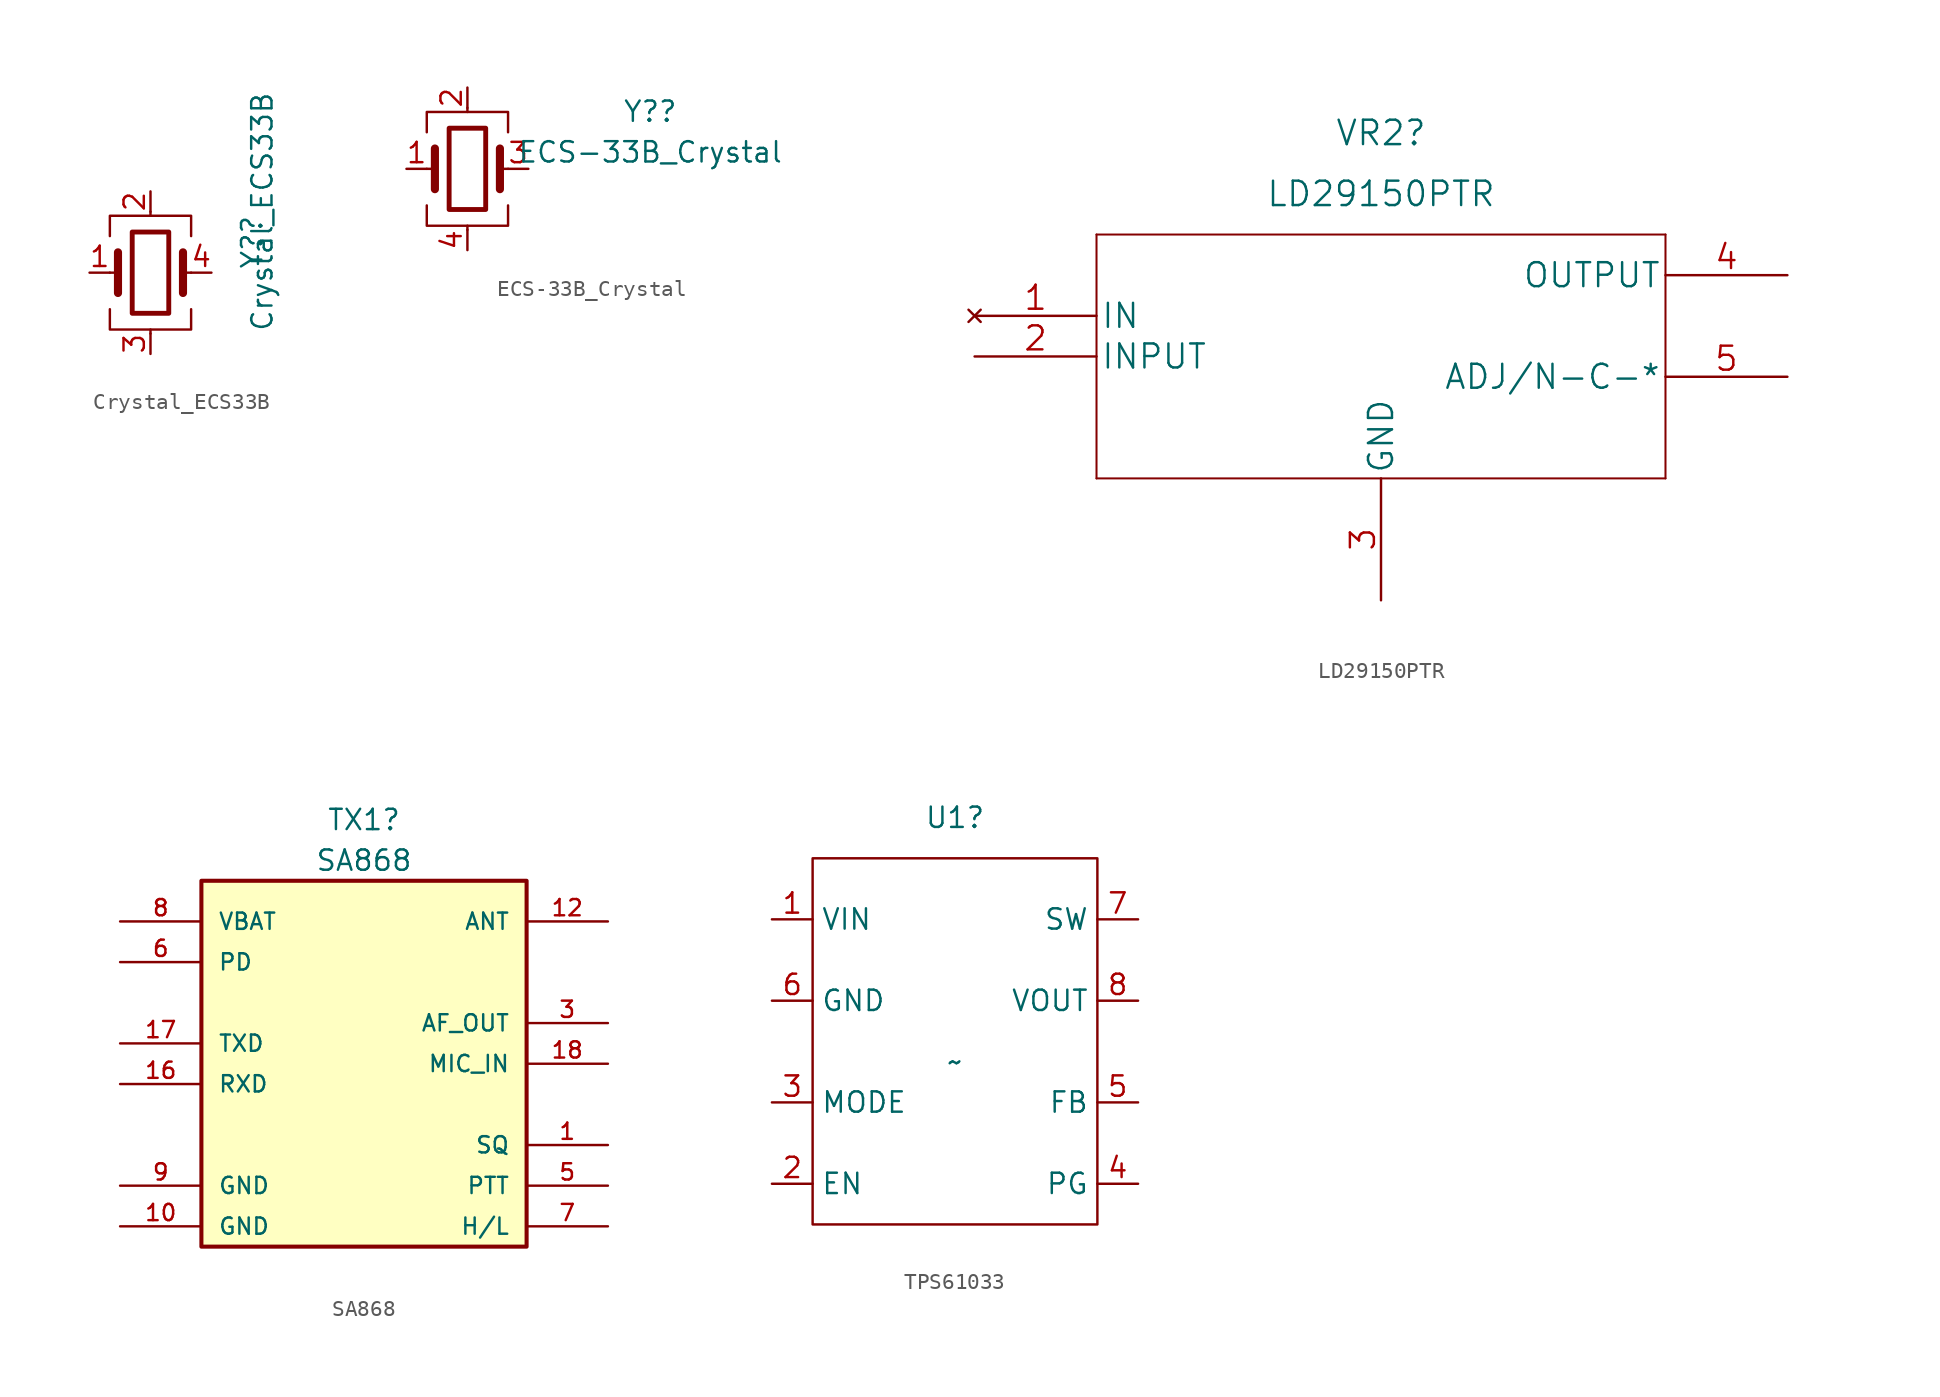
<source format=kicad_sym>
(kicad_symbol_lib
  (version 20220914)
  (generator kicad_symbol_editor)
  (symbol "Crystal_ECS33B"
    (pin_names
      (offset 1.016) hide)
    (property "Reference" "Y?"
      (at 6.35 1.905 90)
      (effects (font (size 1.27 1.27))))
    (property "Value" "Crystal_ECS33B"
      (at 6.985 3.81 90)
      (effects (font (size 1.27 1.27))))
    (symbol "Crystal_ECS33B_0_1"
      (rectangle (start -1.143 2.54) (end 1.143 -2.54) (stroke (width 0.305) (type default)) (fill (type none)))
      (polyline (pts (xy -2.54 0) (xy -2.032 0)) (stroke (width 0) (type default)) (fill (type none)))
      (polyline (pts (xy -2.032 -1.27) (xy -2.032 1.27)) (stroke (width 0.508) (type default)) (fill (type none)))
      (polyline (pts (xy 0 -3.81) (xy 0 -3.556)) (stroke (width 0) (type default)) (fill (type none)))
      (polyline (pts (xy 0 3.556) (xy 0 3.81)) (stroke (width 0) (type default)) (fill (type none)))
      (polyline (pts (xy 2.032 -1.27) (xy 2.032 1.27)) (stroke (width 0.508) (type default)) (fill (type none)))
      (polyline (pts (xy 2.032 0) (xy 2.54 0)) (stroke (width 0) (type default)) (fill (type none)))
      (polyline (pts (xy -2.54 -2.286) (xy -2.54 -3.556) (xy 2.54 -3.556) (xy 2.54 -2.286)) (stroke (width 0) (type default)) (fill (type none)))
      (polyline (pts (xy -2.54 2.286) (xy -2.54 3.556) (xy 2.54 3.556) (xy 2.54 2.286)) (stroke (width 0) (type default)) (fill (type none))))
    (symbol "Crystal_ECS33B_1_1"
      (pin passive line (at -3.81 0 0) (length 1.27) (name "1" (effects (font (size 1.27 1.27)))) (number "1" (effects (font (size 1.27 1.27)))))
      (pin passive line (at 0 5.08 270) (length 1.27) (name "2" (effects (font (size 1.27 1.27)))) (number "2" (effects (font (size 1.27 1.27)))))
      (pin passive line (at 0 -5.08 90) (length 1.27) (name "3" (effects (font (size 1.27 1.27)))) (number "3" (effects (font (size 1.27 1.27)))))
      (pin passive line (at 3.81 0 180) (length 1.27) (name "4" (effects (font (size 1.27 1.27)))) (number "4" (effects (font (size 1.27 1.27)))))))
  (symbol "ECS-33B_Crystal"
    (pin_names
      (offset 1.016) hide)
    (property "Reference" "Y?"
      (at 11.43 3.581 0)
      (effects (font (size 1.27 1.27))))
    (property "Value" "ECS-33B_Crystal"
      (at 11.43 1.041 0)
      (effects (font (size 1.27 1.27))))
    (symbol "ECS-33B_Crystal_0_1"
      (rectangle (start -1.143 2.54) (end 1.143 -2.54) (stroke (width 0.305) (type default)) (fill (type none)))
      (polyline (pts (xy -2.54 0) (xy -2.032 0)) (stroke (width 0) (type default)) (fill (type none)))
      (polyline (pts (xy -2.032 -1.27) (xy -2.032 1.27)) (stroke (width 0.508) (type default)) (fill (type none)))
      (polyline (pts (xy 0 -3.81) (xy 0 -3.556)) (stroke (width 0) (type default)) (fill (type none)))
      (polyline (pts (xy 0 3.556) (xy 0 3.81)) (stroke (width 0) (type default)) (fill (type none)))
      (polyline (pts (xy 2.032 -1.27) (xy 2.032 1.27)) (stroke (width 0.508) (type default)) (fill (type none)))
      (polyline (pts (xy 2.032 0) (xy 2.54 0)) (stroke (width 0) (type default)) (fill (type none)))
      (polyline (pts (xy -2.54 -2.286) (xy -2.54 -3.556) (xy 2.54 -3.556) (xy 2.54 -2.286)) (stroke (width 0) (type default)) (fill (type none)))
      (polyline (pts (xy -2.54 2.286) (xy -2.54 3.556) (xy 2.54 3.556) (xy 2.54 2.286)) (stroke (width 0) (type default)) (fill (type none))))
    (symbol "ECS-33B_Crystal_1_1"
      (pin passive line (at -3.81 0 0) (length 1.27) (name "1" (effects (font (size 1.27 1.27)))) (number "1" (effects (font (size 1.27 1.27)))))
      (pin passive line (at 0 5.08 270) (length 1.27) (name "2" (effects (font (size 1.27 1.27)))) (number "2" (effects (font (size 1.27 1.27)))))
      (pin passive line (at 3.81 0 180) (length 1.27) (name "3" (effects (font (size 1.27 1.27)))) (number "3" (effects (font (size 1.27 1.27)))))
      (pin passive line (at 0 -5.08 90) (length 1.27) (name "4" (effects (font (size 1.27 1.27)))) (number "4" (effects (font (size 1.27 1.27)))))))
  (symbol "LD29150PTR"
    (pin_names
      (offset 0.254))
    (property "Reference" "VR2"
      (at 25.4 11.43 0)
      (effects (font (size 1.524 1.524))))
    (property "Value" "LD29150PTR"
      (at 25.4 7.62 0)
      (effects (font (size 1.524 1.524))))
    (property "Datasheet" ""
      (at 0 0 0)
      (effects (font (size 1.524 1.524))))
    (property "ki_locked" ""
      (at 0 0 0)
      (effects (font (size 1.27 1.27))))
    (symbol "LD29150PTR_1_1"
      (polyline (pts (xy 7.62 -10.16) (xy 43.18 -10.16)) (stroke (width 0.127) (type default)) (fill (type none)))
      (polyline (pts (xy 7.62 5.08) (xy 7.62 -10.16)) (stroke (width 0.127) (type default)) (fill (type none)))
      (polyline (pts (xy 43.18 -10.16) (xy 43.18 5.08)) (stroke (width 0.127) (type default)) (fill (type none)))
      (polyline (pts (xy 43.18 5.08) (xy 7.62 5.08)) (stroke (width 0.127) (type default)) (fill (type none)))
      (pin no_connect line (at 0 0 0) (length 7.62) (name "IN" (effects (font (size 1.499 1.499)))) (number "1" (effects (font (size 1.499 1.499)))))
      (pin power_in line (at 0 -2.54 0) (length 7.62) (name "INPUT" (effects (font (size 1.499 1.499)))) (number "2" (effects (font (size 1.499 1.499)))))
      (pin power_in line (at 25.4 -17.78 90) (length 7.62) (name "GND" (effects (font (size 1.499 1.499)))) (number "3" (effects (font (size 1.499 1.499)))))
      (pin power_out line (at 50.8 2.54 180) (length 7.62) (name "OUTPUT" (effects (font (size 1.499 1.499)))) (number "4" (effects (font (size 1.499 1.499)))))
      (pin input line (at 50.8 -3.81 180) (length 7.62) (name "ADJ/N-C-*" (effects (font (size 1.499 1.499)))) (number "5" (effects (font (size 1.499 1.499)))))))
  (symbol "SA868"
    (pin_names
      (offset 1.016))
    (property "Reference" "TX1"
      (at 0 16.51 0)
      (effects (font (size 1.27 1.27))))
    (property "Value" "SA868"
      (at 0 13.97 0)
      (effects (font (size 1.27 1.27))))
    (symbol "SA868_0_0"
      (rectangle (start -10.16 -10.16) (end 10.16 12.7) (stroke (width 0.254) (type default)) (fill (type background)))
      (pin output line (at 15.24 -3.81 180) (length 5.08) (name "SQ" (effects (font (size 1.016 1.016)))) (number "1" (effects (font (size 1.016 1.016)))))
      (pin power_in line (at -15.24 -8.89 0) (length 5.08) (name "GND" (effects (font (size 1.016 1.016)))) (number "10" (effects (font (size 1.016 1.016)))))
      (pin passive line (at 15.24 10.16 180) (length 5.08) (name "ANT" (effects (font (size 1.016 1.016)))) (number "12" (effects (font (size 1.016 1.016)))))
      (pin input line (at -15.24 0 0) (length 5.08) (name "RXD" (effects (font (size 1.016 1.016)))) (number "16" (effects (font (size 1.016 1.016)))))
      (pin output line (at -15.24 2.54 0) (length 5.08) (name "TXD" (effects (font (size 1.016 1.016)))) (number "17" (effects (font (size 1.016 1.016)))))
      (pin input line (at 15.24 1.27 180) (length 5.08) (name "MIC_IN" (effects (font (size 1.016 1.016)))) (number "18" (effects (font (size 1.016 1.016)))))
      (pin output line (at 15.24 3.81 180) (length 5.08) (name "AF_OUT" (effects (font (size 1.016 1.016)))) (number "3" (effects (font (size 1.016 1.016)))))
      (pin input line (at 15.24 -6.35 180) (length 5.08) (name "PTT" (effects (font (size 1.016 1.016)))) (number "5" (effects (font (size 1.016 1.016)))))
      (pin input line (at -15.24 7.62 0) (length 5.08) (name "PD" (effects (font (size 1.016 1.016)))) (number "6" (effects (font (size 1.016 1.016)))))
      (pin input line (at 15.24 -8.89 180) (length 5.08) (name "H/L" (effects (font (size 1.016 1.016)))) (number "7" (effects (font (size 1.016 1.016)))))
      (pin power_in line (at -15.24 10.16 0) (length 5.08) (name "VBAT" (effects (font (size 1.016 1.016)))) (number "8" (effects (font (size 1.016 1.016)))))
      (pin power_in line (at -15.24 -6.35 0) (length 5.08) (name "GND" (effects (font (size 1.016 1.016)))) (number "9" (effects (font (size 1.016 1.016)))))))
  (symbol "TPS61033"
    (property "Reference" "U1"
      (at 0 15.24 0)
      (effects (font (size 1.27 1.27))))
    (property "Value" "~"
      (at 0 0 0)
      (effects (font (size 1.27 1.27))))
    (symbol "TPS61033_0_1"
      (rectangle (start -8.89 12.7) (end 8.89 -10.16) (stroke (width 0) (type default)) (fill (type none))))
    (symbol "TPS61033_1_1"
      (pin power_in line (at -11.43 8.89 0) (length 2.54) (name "VIN" (effects (font (size 1.27 1.27)))) (number "1" (effects (font (size 1.27 1.27)))))
      (pin input line (at -11.43 -7.62 0) (length 2.54) (name "EN" (effects (font (size 1.27 1.27)))) (number "2" (effects (font (size 1.27 1.27)))))
      (pin input line (at -11.43 -2.54 0) (length 2.54) (name "MODE" (effects (font (size 1.27 1.27)))) (number "3" (effects (font (size 1.27 1.27)))))
      (pin output line (at 11.43 -7.62 180) (length 2.54) (name "PG" (effects (font (size 1.27 1.27)))) (number "4" (effects (font (size 1.27 1.27)))))
      (pin input line (at 11.43 -2.54 180) (length 2.54) (name "FB" (effects (font (size 1.27 1.27)))) (number "5" (effects (font (size 1.27 1.27)))))
      (pin power_in line (at -11.43 3.81 0) (length 2.54) (name "GND" (effects (font (size 1.27 1.27)))) (number "6" (effects (font (size 1.27 1.27)))))
      (pin input line (at 11.43 8.89 180) (length 2.54) (name "SW" (effects (font (size 1.27 1.27)))) (number "7" (effects (font (size 1.27 1.27)))))
      (pin power_out line (at 11.43 3.81 180) (length 2.54) (name "VOUT" (effects (font (size 1.27 1.27)))) (number "8" (effects (font (size 1.27 1.27))))))))
</source>
